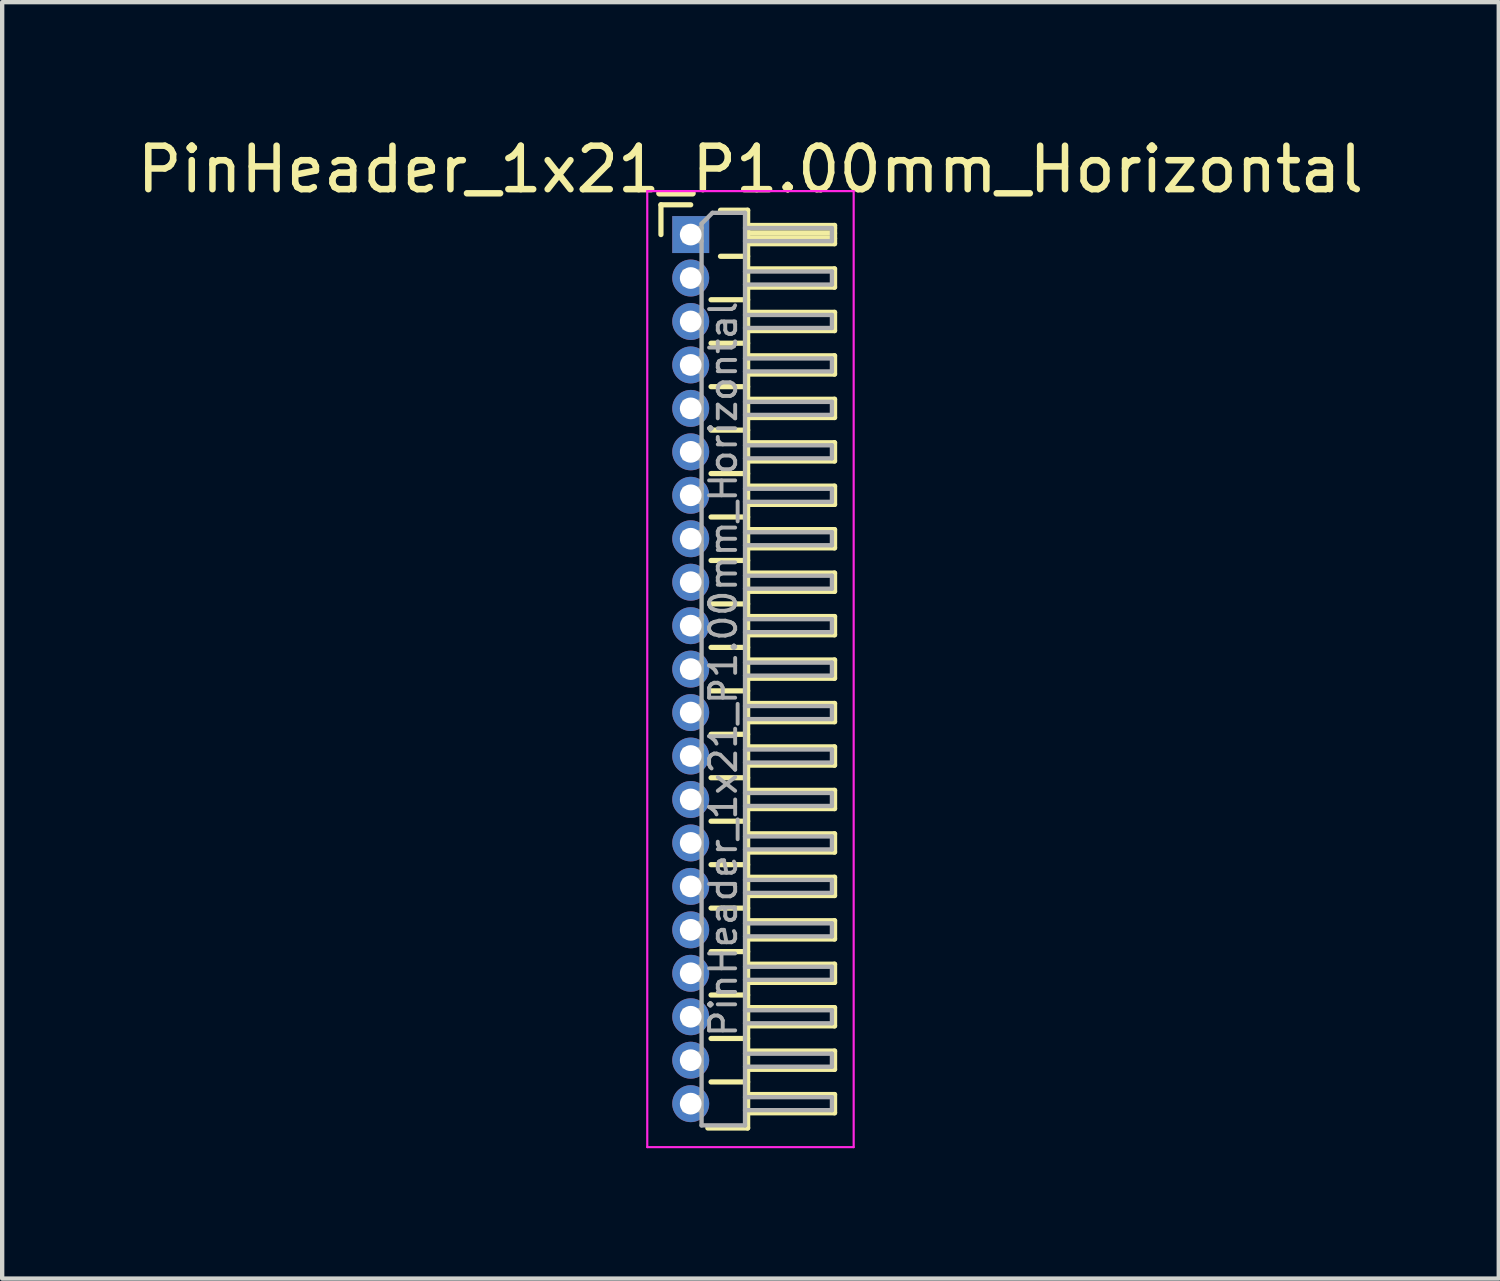
<source format=kicad_pcb>
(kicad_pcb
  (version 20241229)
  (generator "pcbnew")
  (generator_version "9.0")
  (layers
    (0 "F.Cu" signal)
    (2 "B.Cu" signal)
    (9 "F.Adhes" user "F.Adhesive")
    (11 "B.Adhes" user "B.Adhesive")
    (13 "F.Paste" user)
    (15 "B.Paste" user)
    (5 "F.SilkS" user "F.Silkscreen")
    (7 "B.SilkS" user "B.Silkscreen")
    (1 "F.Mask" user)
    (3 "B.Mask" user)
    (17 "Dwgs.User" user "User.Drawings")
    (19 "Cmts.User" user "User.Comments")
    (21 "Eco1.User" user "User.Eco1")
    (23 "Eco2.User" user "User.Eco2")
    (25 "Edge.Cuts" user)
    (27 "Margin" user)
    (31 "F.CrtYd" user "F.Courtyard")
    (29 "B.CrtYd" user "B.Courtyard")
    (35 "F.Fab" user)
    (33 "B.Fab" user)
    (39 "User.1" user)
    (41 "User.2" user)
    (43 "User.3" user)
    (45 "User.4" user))
  (footprint "PinHeader_1x21_P1.00mm_Horizontal"
    (layer "F.Cu")
    (at 12.845 2.348)
    (property "Reference" "PinHeader_1x21_P1.00mm_Horizontal" (at 1.375 -1.5 0) (layer "F.SilkS") (effects (font (size 1 1) (thickness 0.15))))
    (attr through_hole)
    (fp_line (start -0.685 -0.685) (end 0 -0.685) (stroke (width 0.12) (type solid)) (layer "F.SilkS"))
    (fp_line (start -0.685 0) (end -0.685 -0.685) (stroke (width 0.12) (type solid)) (layer "F.SilkS"))
    (fp_line (start 0.468 1.5) (end 1.31 1.5) (stroke (width 0.12) (type solid)) (layer "F.SilkS"))
    (fp_line (start 0.468 2.5) (end 1.31 2.5) (stroke (width 0.12) (type solid)) (layer "F.SilkS"))
    (fp_line (start 0.468 3.5) (end 1.31 3.5) (stroke (width 0.12) (type solid)) (layer "F.SilkS"))
    (fp_line (start 0.468 4.5) (end 1.31 4.5) (stroke (width 0.12) (type solid)) (layer "F.SilkS"))
    (fp_line (start 0.468 5.5) (end 1.31 5.5) (stroke (width 0.12) (type solid)) (layer "F.SilkS"))
    (fp_line (start 0.468 6.5) (end 1.31 6.5) (stroke (width 0.12) (type solid)) (layer "F.SilkS"))
    (fp_line (start 0.468 7.5) (end 1.31 7.5) (stroke (width 0.12) (type solid)) (layer "F.SilkS"))
    (fp_line (start 0.468 8.5) (end 1.31 8.5) (stroke (width 0.12) (type solid)) (layer "F.SilkS"))
    (fp_line (start 0.468 9.5) (end 1.31 9.5) (stroke (width 0.12) (type solid)) (layer "F.SilkS"))
    (fp_line (start 0.468 10.5) (end 1.31 10.5) (stroke (width 0.12) (type solid)) (layer "F.SilkS"))
    (fp_line (start 0.468 11.5) (end 1.31 11.5) (stroke (width 0.12) (type solid)) (layer "F.SilkS"))
    (fp_line (start 0.468 12.5) (end 1.31 12.5) (stroke (width 0.12) (type solid)) (layer "F.SilkS"))
    (fp_line (start 0.468 13.5) (end 1.31 13.5) (stroke (width 0.12) (type solid)) (layer "F.SilkS"))
    (fp_line (start 0.468 14.5) (end 1.31 14.5) (stroke (width 0.12) (type solid)) (layer "F.SilkS"))
    (fp_line (start 0.468 15.5) (end 1.31 15.5) (stroke (width 0.12) (type solid)) (layer "F.SilkS"))
    (fp_line (start 0.468 16.5) (end 1.31 16.5) (stroke (width 0.12) (type solid)) (layer "F.SilkS"))
    (fp_line (start 0.468 17.5) (end 1.31 17.5) (stroke (width 0.12) (type solid)) (layer "F.SilkS"))
    (fp_line (start 0.468 18.5) (end 1.31 18.5) (stroke (width 0.12) (type solid)) (layer "F.SilkS"))
    (fp_line (start 0.468 19.5) (end 1.31 19.5) (stroke (width 0.12) (type solid)) (layer "F.SilkS"))
    (fp_line (start 0.685 -0.56) (end 1.31 -0.56) (stroke (width 0.12) (type solid)) (layer "F.SilkS"))
    (fp_line (start 0.685 0.5) (end 1.31 0.5) (stroke (width 0.12) (type solid)) (layer "F.SilkS"))
    (fp_line (start 1.31 -0.56) (end 1.31 20.56) (stroke (width 0.12) (type solid)) (layer "F.SilkS"))
    (fp_line (start 1.31 -0.21) (end 3.31 -0.21) (stroke (width 0.12) (type solid)) (layer "F.SilkS"))
    (fp_line (start 1.31 -0.15) (end 3.31 -0.15) (stroke (width 0.12) (type solid)) (layer "F.SilkS"))
    (fp_line (start 1.31 -0.03) (end 3.31 -0.03) (stroke (width 0.12) (type solid)) (layer "F.SilkS"))
    (fp_line (start 1.31 0.09) (end 3.31 0.09) (stroke (width 0.12) (type solid)) (layer "F.SilkS"))
    (fp_line (start 1.31 0.79) (end 3.31 0.79) (stroke (width 0.12) (type solid)) (layer "F.SilkS"))
    (fp_line (start 1.31 1.79) (end 3.31 1.79) (stroke (width 0.12) (type solid)) (layer "F.SilkS"))
    (fp_line (start 1.31 2.79) (end 3.31 2.79) (stroke (width 0.12) (type solid)) (layer "F.SilkS"))
    (fp_line (start 1.31 3.79) (end 3.31 3.79) (stroke (width 0.12) (type solid)) (layer "F.SilkS"))
    (fp_line (start 1.31 4.79) (end 3.31 4.79) (stroke (width 0.12) (type solid)) (layer "F.SilkS"))
    (fp_line (start 1.31 5.79) (end 3.31 5.79) (stroke (width 0.12) (type solid)) (layer "F.SilkS"))
    (fp_line (start 1.31 6.79) (end 3.31 6.79) (stroke (width 0.12) (type solid)) (layer "F.SilkS"))
    (fp_line (start 1.31 7.79) (end 3.31 7.79) (stroke (width 0.12) (type solid)) (layer "F.SilkS"))
    (fp_line (start 1.31 8.79) (end 3.31 8.79) (stroke (width 0.12) (type solid)) (layer "F.SilkS"))
    (fp_line (start 1.31 9.79) (end 3.31 9.79) (stroke (width 0.12) (type solid)) (layer "F.SilkS"))
    (fp_line (start 1.31 10.79) (end 3.31 10.79) (stroke (width 0.12) (type solid)) (layer "F.SilkS"))
    (fp_line (start 1.31 11.79) (end 3.31 11.79) (stroke (width 0.12) (type solid)) (layer "F.SilkS"))
    (fp_line (start 1.31 12.79) (end 3.31 12.79) (stroke (width 0.12) (type solid)) (layer "F.SilkS"))
    (fp_line (start 1.31 13.79) (end 3.31 13.79) (stroke (width 0.12) (type solid)) (layer "F.SilkS"))
    (fp_line (start 1.31 14.79) (end 3.31 14.79) (stroke (width 0.12) (type solid)) (layer "F.SilkS"))
    (fp_line (start 1.31 15.79) (end 3.31 15.79) (stroke (width 0.12) (type solid)) (layer "F.SilkS"))
    (fp_line (start 1.31 16.79) (end 3.31 16.79) (stroke (width 0.12) (type solid)) (layer "F.SilkS"))
    (fp_line (start 1.31 17.79) (end 3.31 17.79) (stroke (width 0.12) (type solid)) (layer "F.SilkS"))
    (fp_line (start 1.31 18.79) (end 3.31 18.79) (stroke (width 0.12) (type solid)) (layer "F.SilkS"))
    (fp_line (start 1.31 19.79) (end 3.31 19.79) (stroke (width 0.12) (type solid)) (layer "F.SilkS"))
    (fp_line (start 1.31 20.56) (end 0.394 20.56) (stroke (width 0.12) (type solid)) (layer "F.SilkS"))
    (fp_line (start 3.31 -0.21) (end 3.31 0.21) (stroke (width 0.12) (type solid)) (layer "F.SilkS"))
    (fp_line (start 3.31 0.21) (end 1.31 0.21) (stroke (width 0.12) (type solid)) (layer "F.SilkS"))
    (fp_line (start 3.31 0.79) (end 3.31 1.21) (stroke (width 0.12) (type solid)) (layer "F.SilkS"))
    (fp_line (start 3.31 1.21) (end 1.31 1.21) (stroke (width 0.12) (type solid)) (layer "F.SilkS"))
    (fp_line (start 3.31 1.79) (end 3.31 2.21) (stroke (width 0.12) (type solid)) (layer "F.SilkS"))
    (fp_line (start 3.31 2.21) (end 1.31 2.21) (stroke (width 0.12) (type solid)) (layer "F.SilkS"))
    (fp_line (start 3.31 2.79) (end 3.31 3.21) (stroke (width 0.12) (type solid)) (layer "F.SilkS"))
    (fp_line (start 3.31 3.21) (end 1.31 3.21) (stroke (width 0.12) (type solid)) (layer "F.SilkS"))
    (fp_line (start 3.31 3.79) (end 3.31 4.21) (stroke (width 0.12) (type solid)) (layer "F.SilkS"))
    (fp_line (start 3.31 4.21) (end 1.31 4.21) (stroke (width 0.12) (type solid)) (layer "F.SilkS"))
    (fp_line (start 3.31 4.79) (end 3.31 5.21) (stroke (width 0.12) (type solid)) (layer "F.SilkS"))
    (fp_line (start 3.31 5.21) (end 1.31 5.21) (stroke (width 0.12) (type solid)) (layer "F.SilkS"))
    (fp_line (start 3.31 5.79) (end 3.31 6.21) (stroke (width 0.12) (type solid)) (layer "F.SilkS"))
    (fp_line (start 3.31 6.21) (end 1.31 6.21) (stroke (width 0.12) (type solid)) (layer "F.SilkS"))
    (fp_line (start 3.31 6.79) (end 3.31 7.21) (stroke (width 0.12) (type solid)) (layer "F.SilkS"))
    (fp_line (start 3.31 7.21) (end 1.31 7.21) (stroke (width 0.12) (type solid)) (layer "F.SilkS"))
    (fp_line (start 3.31 7.79) (end 3.31 8.21) (stroke (width 0.12) (type solid)) (layer "F.SilkS"))
    (fp_line (start 3.31 8.21) (end 1.31 8.21) (stroke (width 0.12) (type solid)) (layer "F.SilkS"))
    (fp_line (start 3.31 8.79) (end 3.31 9.21) (stroke (width 0.12) (type solid)) (layer "F.SilkS"))
    (fp_line (start 3.31 9.21) (end 1.31 9.21) (stroke (width 0.12) (type solid)) (layer "F.SilkS"))
    (fp_line (start 3.31 9.79) (end 3.31 10.21) (stroke (width 0.12) (type solid)) (layer "F.SilkS"))
    (fp_line (start 3.31 10.21) (end 1.31 10.21) (stroke (width 0.12) (type solid)) (layer "F.SilkS"))
    (fp_line (start 3.31 10.79) (end 3.31 11.21) (stroke (width 0.12) (type solid)) (layer "F.SilkS"))
    (fp_line (start 3.31 11.21) (end 1.31 11.21) (stroke (width 0.12) (type solid)) (layer "F.SilkS"))
    (fp_line (start 3.31 11.79) (end 3.31 12.21) (stroke (width 0.12) (type solid)) (layer "F.SilkS"))
    (fp_line (start 3.31 12.21) (end 1.31 12.21) (stroke (width 0.12) (type solid)) (layer "F.SilkS"))
    (fp_line (start 3.31 12.79) (end 3.31 13.21) (stroke (width 0.12) (type solid)) (layer "F.SilkS"))
    (fp_line (start 3.31 13.21) (end 1.31 13.21) (stroke (width 0.12) (type solid)) (layer "F.SilkS"))
    (fp_line (start 3.31 13.79) (end 3.31 14.21) (stroke (width 0.12) (type solid)) (layer "F.SilkS"))
    (fp_line (start 3.31 14.21) (end 1.31 14.21) (stroke (width 0.12) (type solid)) (layer "F.SilkS"))
    (fp_line (start 3.31 14.79) (end 3.31 15.21) (stroke (width 0.12) (type solid)) (layer "F.SilkS"))
    (fp_line (start 3.31 15.21) (end 1.31 15.21) (stroke (width 0.12) (type solid)) (layer "F.SilkS"))
    (fp_line (start 3.31 15.79) (end 3.31 16.21) (stroke (width 0.12) (type solid)) (layer "F.SilkS"))
    (fp_line (start 3.31 16.21) (end 1.31 16.21) (stroke (width 0.12) (type solid)) (layer "F.SilkS"))
    (fp_line (start 3.31 16.79) (end 3.31 17.21) (stroke (width 0.12) (type solid)) (layer "F.SilkS"))
    (fp_line (start 3.31 17.21) (end 1.31 17.21) (stroke (width 0.12) (type solid)) (layer "F.SilkS"))
    (fp_line (start 3.31 17.79) (end 3.31 18.21) (stroke (width 0.12) (type solid)) (layer "F.SilkS"))
    (fp_line (start 3.31 18.21) (end 1.31 18.21) (stroke (width 0.12) (type solid)) (layer "F.SilkS"))
    (fp_line (start 3.31 18.79) (end 3.31 19.21) (stroke (width 0.12) (type solid)) (layer "F.SilkS"))
    (fp_line (start 3.31 19.21) (end 1.31 19.21) (stroke (width 0.12) (type solid)) (layer "F.SilkS"))
    (fp_line (start 3.31 19.79) (end 3.31 20.21) (stroke (width 0.12) (type solid)) (layer "F.SilkS"))
    (fp_line (start 3.31 20.21) (end 1.31 20.21) (stroke (width 0.12) (type solid)) (layer "F.SilkS"))
    (fp_line (start -1 -1) (end -1 21) (stroke (width 0.05) (type solid)) (layer "F.CrtYd"))
    (fp_line (start -1 21) (end 3.75 21) (stroke (width 0.05) (type solid)) (layer "F.CrtYd"))
    (fp_line (start 3.75 -1) (end -1 -1) (stroke (width 0.05) (type solid)) (layer "F.CrtYd"))
    (fp_line (start 3.75 21) (end 3.75 -1) (stroke (width 0.05) (type solid)) (layer "F.CrtYd"))
    (fp_line (start -0.15 -0.15) (end -0.15 0.15) (stroke (width 0.1) (type solid)) (layer "F.Fab"))
    (fp_line (start -0.15 -0.15) (end 0.25 -0.15) (stroke (width 0.1) (type solid)) (layer "F.Fab"))
    (fp_line (start -0.15 0.15) (end 0.25 0.15) (stroke (width 0.1) (type solid)) (layer "F.Fab"))
    (fp_line (start -0.15 0.85) (end -0.15 1.15) (stroke (width 0.1) (type solid)) (layer "F.Fab"))
    (fp_line (start -0.15 0.85) (end 0.25 0.85) (stroke (width 0.1) (type solid)) (layer "F.Fab"))
    (fp_line (start -0.15 1.15) (end 0.25 1.15) (stroke (width 0.1) (type solid)) (layer "F.Fab"))
    (fp_line (start -0.15 1.85) (end -0.15 2.15) (stroke (width 0.1) (type solid)) (layer "F.Fab"))
    (fp_line (start -0.15 1.85) (end 0.25 1.85) (stroke (width 0.1) (type solid)) (layer "F.Fab"))
    (fp_line (start -0.15 2.15) (end 0.25 2.15) (stroke (width 0.1) (type solid)) (layer "F.Fab"))
    (fp_line (start -0.15 2.85) (end -0.15 3.15) (stroke (width 0.1) (type solid)) (layer "F.Fab"))
    (fp_line (start -0.15 2.85) (end 0.25 2.85) (stroke (width 0.1) (type solid)) (layer "F.Fab"))
    (fp_line (start -0.15 3.15) (end 0.25 3.15) (stroke (width 0.1) (type solid)) (layer "F.Fab"))
    (fp_line (start -0.15 3.85) (end -0.15 4.15) (stroke (width 0.1) (type solid)) (layer "F.Fab"))
    (fp_line (start -0.15 3.85) (end 0.25 3.85) (stroke (width 0.1) (type solid)) (layer "F.Fab"))
    (fp_line (start -0.15 4.15) (end 0.25 4.15) (stroke (width 0.1) (type solid)) (layer "F.Fab"))
    (fp_line (start -0.15 4.85) (end -0.15 5.15) (stroke (width 0.1) (type solid)) (layer "F.Fab"))
    (fp_line (start -0.15 4.85) (end 0.25 4.85) (stroke (width 0.1) (type solid)) (layer "F.Fab"))
    (fp_line (start -0.15 5.15) (end 0.25 5.15) (stroke (width 0.1) (type solid)) (layer "F.Fab"))
    (fp_line (start -0.15 5.85) (end -0.15 6.15) (stroke (width 0.1) (type solid)) (layer "F.Fab"))
    (fp_line (start -0.15 5.85) (end 0.25 5.85) (stroke (width 0.1) (type solid)) (layer "F.Fab"))
    (fp_line (start -0.15 6.15) (end 0.25 6.15) (stroke (width 0.1) (type solid)) (layer "F.Fab"))
    (fp_line (start -0.15 6.85) (end -0.15 7.15) (stroke (width 0.1) (type solid)) (layer "F.Fab"))
    (fp_line (start -0.15 6.85) (end 0.25 6.85) (stroke (width 0.1) (type solid)) (layer "F.Fab"))
    (fp_line (start -0.15 7.15) (end 0.25 7.15) (stroke (width 0.1) (type solid)) (layer "F.Fab"))
    (fp_line (start -0.15 7.85) (end -0.15 8.15) (stroke (width 0.1) (type solid)) (layer "F.Fab"))
    (fp_line (start -0.15 7.85) (end 0.25 7.85) (stroke (width 0.1) (type solid)) (layer "F.Fab"))
    (fp_line (start -0.15 8.15) (end 0.25 8.15) (stroke (width 0.1) (type solid)) (layer "F.Fab"))
    (fp_line (start -0.15 8.85) (end -0.15 9.15) (stroke (width 0.1) (type solid)) (layer "F.Fab"))
    (fp_line (start -0.15 8.85) (end 0.25 8.85) (stroke (width 0.1) (type solid)) (layer "F.Fab"))
    (fp_line (start -0.15 9.15) (end 0.25 9.15) (stroke (width 0.1) (type solid)) (layer "F.Fab"))
    (fp_line (start -0.15 9.85) (end -0.15 10.15) (stroke (width 0.1) (type solid)) (layer "F.Fab"))
    (fp_line (start -0.15 9.85) (end 0.25 9.85) (stroke (width 0.1) (type solid)) (layer "F.Fab"))
    (fp_line (start -0.15 10.15) (end 0.25 10.15) (stroke (width 0.1) (type solid)) (layer "F.Fab"))
    (fp_line (start -0.15 10.85) (end -0.15 11.15) (stroke (width 0.1) (type solid)) (layer "F.Fab"))
    (fp_line (start -0.15 10.85) (end 0.25 10.85) (stroke (width 0.1) (type solid)) (layer "F.Fab"))
    (fp_line (start -0.15 11.15) (end 0.25 11.15) (stroke (width 0.1) (type solid)) (layer "F.Fab"))
    (fp_line (start -0.15 11.85) (end -0.15 12.15) (stroke (width 0.1) (type solid)) (layer "F.Fab"))
    (fp_line (start -0.15 11.85) (end 0.25 11.85) (stroke (width 0.1) (type solid)) (layer "F.Fab"))
    (fp_line (start -0.15 12.15) (end 0.25 12.15) (stroke (width 0.1) (type solid)) (layer "F.Fab"))
    (fp_line (start -0.15 12.85) (end -0.15 13.15) (stroke (width 0.1) (type solid)) (layer "F.Fab"))
    (fp_line (start -0.15 12.85) (end 0.25 12.85) (stroke (width 0.1) (type solid)) (layer "F.Fab"))
    (fp_line (start -0.15 13.15) (end 0.25 13.15) (stroke (width 0.1) (type solid)) (layer "F.Fab"))
    (fp_line (start -0.15 13.85) (end -0.15 14.15) (stroke (width 0.1) (type solid)) (layer "F.Fab"))
    (fp_line (start -0.15 13.85) (end 0.25 13.85) (stroke (width 0.1) (type solid)) (layer "F.Fab"))
    (fp_line (start -0.15 14.15) (end 0.25 14.15) (stroke (width 0.1) (type solid)) (layer "F.Fab"))
    (fp_line (start -0.15 14.85) (end -0.15 15.15) (stroke (width 0.1) (type solid)) (layer "F.Fab"))
    (fp_line (start -0.15 14.85) (end 0.25 14.85) (stroke (width 0.1) (type solid)) (layer "F.Fab"))
    (fp_line (start -0.15 15.15) (end 0.25 15.15) (stroke (width 0.1) (type solid)) (layer "F.Fab"))
    (fp_line (start -0.15 15.85) (end -0.15 16.15) (stroke (width 0.1) (type solid)) (layer "F.Fab"))
    (fp_line (start -0.15 15.85) (end 0.25 15.85) (stroke (width 0.1) (type solid)) (layer "F.Fab"))
    (fp_line (start -0.15 16.15) (end 0.25 16.15) (stroke (width 0.1) (type solid)) (layer "F.Fab"))
    (fp_line (start -0.15 16.85) (end -0.15 17.15) (stroke (width 0.1) (type solid)) (layer "F.Fab"))
    (fp_line (start -0.15 16.85) (end 0.25 16.85) (stroke (width 0.1) (type solid)) (layer "F.Fab"))
    (fp_line (start -0.15 17.15) (end 0.25 17.15) (stroke (width 0.1) (type solid)) (layer "F.Fab"))
    (fp_line (start -0.15 17.85) (end -0.15 18.15) (stroke (width 0.1) (type solid)) (layer "F.Fab"))
    (fp_line (start -0.15 17.85) (end 0.25 17.85) (stroke (width 0.1) (type solid)) (layer "F.Fab"))
    (fp_line (start -0.15 18.15) (end 0.25 18.15) (stroke (width 0.1) (type solid)) (layer "F.Fab"))
    (fp_line (start -0.15 18.85) (end -0.15 19.15) (stroke (width 0.1) (type solid)) (layer "F.Fab"))
    (fp_line (start -0.15 18.85) (end 0.25 18.85) (stroke (width 0.1) (type solid)) (layer "F.Fab"))
    (fp_line (start -0.15 19.15) (end 0.25 19.15) (stroke (width 0.1) (type solid)) (layer "F.Fab"))
    (fp_line (start -0.15 19.85) (end -0.15 20.15) (stroke (width 0.1) (type solid)) (layer "F.Fab"))
    (fp_line (start -0.15 19.85) (end 0.25 19.85) (stroke (width 0.1) (type solid)) (layer "F.Fab"))
    (fp_line (start -0.15 20.15) (end 0.25 20.15) (stroke (width 0.1) (type solid)) (layer "F.Fab"))
    (fp_line (start 0.25 -0.25) (end 0.5 -0.5) (stroke (width 0.1) (type solid)) (layer "F.Fab"))
    (fp_line (start 0.25 20.5) (end 0.25 -0.25) (stroke (width 0.1) (type solid)) (layer "F.Fab"))
    (fp_line (start 0.5 -0.5) (end 1.25 -0.5) (stroke (width 0.1) (type solid)) (layer "F.Fab"))
    (fp_line (start 1.25 -0.5) (end 1.25 20.5) (stroke (width 0.1) (type solid)) (layer "F.Fab"))
    (fp_line (start 1.25 -0.15) (end 3.25 -0.15) (stroke (width 0.1) (type solid)) (layer "F.Fab"))
    (fp_line (start 1.25 0.15) (end 3.25 0.15) (stroke (width 0.1) (type solid)) (layer "F.Fab"))
    (fp_line (start 1.25 0.85) (end 3.25 0.85) (stroke (width 0.1) (type solid)) (layer "F.Fab"))
    (fp_line (start 1.25 1.15) (end 3.25 1.15) (stroke (width 0.1) (type solid)) (layer "F.Fab"))
    (fp_line (start 1.25 1.85) (end 3.25 1.85) (stroke (width 0.1) (type solid)) (layer "F.Fab"))
    (fp_line (start 1.25 2.15) (end 3.25 2.15) (stroke (width 0.1) (type solid)) (layer "F.Fab"))
    (fp_line (start 1.25 2.85) (end 3.25 2.85) (stroke (width 0.1) (type solid)) (layer "F.Fab"))
    (fp_line (start 1.25 3.15) (end 3.25 3.15) (stroke (width 0.1) (type solid)) (layer "F.Fab"))
    (fp_line (start 1.25 3.85) (end 3.25 3.85) (stroke (width 0.1) (type solid)) (layer "F.Fab"))
    (fp_line (start 1.25 4.15) (end 3.25 4.15) (stroke (width 0.1) (type solid)) (layer "F.Fab"))
    (fp_line (start 1.25 4.85) (end 3.25 4.85) (stroke (width 0.1) (type solid)) (layer "F.Fab"))
    (fp_line (start 1.25 5.15) (end 3.25 5.15) (stroke (width 0.1) (type solid)) (layer "F.Fab"))
    (fp_line (start 1.25 5.85) (end 3.25 5.85) (stroke (width 0.1) (type solid)) (layer "F.Fab"))
    (fp_line (start 1.25 6.15) (end 3.25 6.15) (stroke (width 0.1) (type solid)) (layer "F.Fab"))
    (fp_line (start 1.25 6.85) (end 3.25 6.85) (stroke (width 0.1) (type solid)) (layer "F.Fab"))
    (fp_line (start 1.25 7.15) (end 3.25 7.15) (stroke (width 0.1) (type solid)) (layer "F.Fab"))
    (fp_line (start 1.25 7.85) (end 3.25 7.85) (stroke (width 0.1) (type solid)) (layer "F.Fab"))
    (fp_line (start 1.25 8.15) (end 3.25 8.15) (stroke (width 0.1) (type solid)) (layer "F.Fab"))
    (fp_line (start 1.25 8.85) (end 3.25 8.85) (stroke (width 0.1) (type solid)) (layer "F.Fab"))
    (fp_line (start 1.25 9.15) (end 3.25 9.15) (stroke (width 0.1) (type solid)) (layer "F.Fab"))
    (fp_line (start 1.25 9.85) (end 3.25 9.85) (stroke (width 0.1) (type solid)) (layer "F.Fab"))
    (fp_line (start 1.25 10.15) (end 3.25 10.15) (stroke (width 0.1) (type solid)) (layer "F.Fab"))
    (fp_line (start 1.25 10.85) (end 3.25 10.85) (stroke (width 0.1) (type solid)) (layer "F.Fab"))
    (fp_line (start 1.25 11.15) (end 3.25 11.15) (stroke (width 0.1) (type solid)) (layer "F.Fab"))
    (fp_line (start 1.25 11.85) (end 3.25 11.85) (stroke (width 0.1) (type solid)) (layer "F.Fab"))
    (fp_line (start 1.25 12.15) (end 3.25 12.15) (stroke (width 0.1) (type solid)) (layer "F.Fab"))
    (fp_line (start 1.25 12.85) (end 3.25 12.85) (stroke (width 0.1) (type solid)) (layer "F.Fab"))
    (fp_line (start 1.25 13.15) (end 3.25 13.15) (stroke (width 0.1) (type solid)) (layer "F.Fab"))
    (fp_line (start 1.25 13.85) (end 3.25 13.85) (stroke (width 0.1) (type solid)) (layer "F.Fab"))
    (fp_line (start 1.25 14.15) (end 3.25 14.15) (stroke (width 0.1) (type solid)) (layer "F.Fab"))
    (fp_line (start 1.25 14.85) (end 3.25 14.85) (stroke (width 0.1) (type solid)) (layer "F.Fab"))
    (fp_line (start 1.25 15.15) (end 3.25 15.15) (stroke (width 0.1) (type solid)) (layer "F.Fab"))
    (fp_line (start 1.25 15.85) (end 3.25 15.85) (stroke (width 0.1) (type solid)) (layer "F.Fab"))
    (fp_line (start 1.25 16.15) (end 3.25 16.15) (stroke (width 0.1) (type solid)) (layer "F.Fab"))
    (fp_line (start 1.25 16.85) (end 3.25 16.85) (stroke (width 0.1) (type solid)) (layer "F.Fab"))
    (fp_line (start 1.25 17.15) (end 3.25 17.15) (stroke (width 0.1) (type solid)) (layer "F.Fab"))
    (fp_line (start 1.25 17.85) (end 3.25 17.85) (stroke (width 0.1) (type solid)) (layer "F.Fab"))
    (fp_line (start 1.25 18.15) (end 3.25 18.15) (stroke (width 0.1) (type solid)) (layer "F.Fab"))
    (fp_line (start 1.25 18.85) (end 3.25 18.85) (stroke (width 0.1) (type solid)) (layer "F.Fab"))
    (fp_line (start 1.25 19.15) (end 3.25 19.15) (stroke (width 0.1) (type solid)) (layer "F.Fab"))
    (fp_line (start 1.25 19.85) (end 3.25 19.85) (stroke (width 0.1) (type solid)) (layer "F.Fab"))
    (fp_line (start 1.25 20.15) (end 3.25 20.15) (stroke (width 0.1) (type solid)) (layer "F.Fab"))
    (fp_line (start 1.25 20.5) (end 0.25 20.5) (stroke (width 0.1) (type solid)) (layer "F.Fab"))
    (fp_line (start 3.25 -0.15) (end 3.25 0.15) (stroke (width 0.1) (type solid)) (layer "F.Fab"))
    (fp_line (start 3.25 0.85) (end 3.25 1.15) (stroke (width 0.1) (type solid)) (layer "F.Fab"))
    (fp_line (start 3.25 1.85) (end 3.25 2.15) (stroke (width 0.1) (type solid)) (layer "F.Fab"))
    (fp_line (start 3.25 2.85) (end 3.25 3.15) (stroke (width 0.1) (type solid)) (layer "F.Fab"))
    (fp_line (start 3.25 3.85) (end 3.25 4.15) (stroke (width 0.1) (type solid)) (layer "F.Fab"))
    (fp_line (start 3.25 4.85) (end 3.25 5.15) (stroke (width 0.1) (type solid)) (layer "F.Fab"))
    (fp_line (start 3.25 5.85) (end 3.25 6.15) (stroke (width 0.1) (type solid)) (layer "F.Fab"))
    (fp_line (start 3.25 6.85) (end 3.25 7.15) (stroke (width 0.1) (type solid)) (layer "F.Fab"))
    (fp_line (start 3.25 7.85) (end 3.25 8.15) (stroke (width 0.1) (type solid)) (layer "F.Fab"))
    (fp_line (start 3.25 8.85) (end 3.25 9.15) (stroke (width 0.1) (type solid)) (layer "F.Fab"))
    (fp_line (start 3.25 9.85) (end 3.25 10.15) (stroke (width 0.1) (type solid)) (layer "F.Fab"))
    (fp_line (start 3.25 10.85) (end 3.25 11.15) (stroke (width 0.1) (type solid)) (layer "F.Fab"))
    (fp_line (start 3.25 11.85) (end 3.25 12.15) (stroke (width 0.1) (type solid)) (layer "F.Fab"))
    (fp_line (start 3.25 12.85) (end 3.25 13.15) (stroke (width 0.1) (type solid)) (layer "F.Fab"))
    (fp_line (start 3.25 13.85) (end 3.25 14.15) (stroke (width 0.1) (type solid)) (layer "F.Fab"))
    (fp_line (start 3.25 14.85) (end 3.25 15.15) (stroke (width 0.1) (type solid)) (layer "F.Fab"))
    (fp_line (start 3.25 15.85) (end 3.25 16.15) (stroke (width 0.1) (type solid)) (layer "F.Fab"))
    (fp_line (start 3.25 16.85) (end 3.25 17.15) (stroke (width 0.1) (type solid)) (layer "F.Fab"))
    (fp_line (start 3.25 17.85) (end 3.25 18.15) (stroke (width 0.1) (type solid)) (layer "F.Fab"))
    (fp_line (start 3.25 18.85) (end 3.25 19.15) (stroke (width 0.1) (type solid)) (layer "F.Fab"))
    (fp_line (start 3.25 19.85) (end 3.25 20.15) (stroke (width 0.1) (type solid)) (layer "F.Fab"))
    (fp_text user "${REFERENCE}" (at 0.75 10 90) (layer "F.Fab") (effects (font (size 0.6 0.6) (thickness 0.09))))
    (pad "1" thru_hole rect (at 0 0) (size 0.85 0.85) (drill 0.5) (layers "*.Cu" "*.Mask"))
    (pad "2" thru_hole oval (at 0 1) (size 0.85 0.85) (drill 0.5) (layers "*.Cu" "*.Mask"))
    (pad "3" thru_hole oval (at 0 2) (size 0.85 0.85) (drill 0.5) (layers "*.Cu" "*.Mask"))
    (pad "4" thru_hole oval (at 0 3) (size 0.85 0.85) (drill 0.5) (layers "*.Cu" "*.Mask"))
    (pad "5" thru_hole oval (at 0 4) (size 0.85 0.85) (drill 0.5) (layers "*.Cu" "*.Mask"))
    (pad "6" thru_hole oval (at 0 5) (size 0.85 0.85) (drill 0.5) (layers "*.Cu" "*.Mask"))
    (pad "7" thru_hole oval (at 0 6) (size 0.85 0.85) (drill 0.5) (layers "*.Cu" "*.Mask"))
    (pad "8" thru_hole oval (at 0 7) (size 0.85 0.85) (drill 0.5) (layers "*.Cu" "*.Mask"))
    (pad "9" thru_hole oval (at 0 8) (size 0.85 0.85) (drill 0.5) (layers "*.Cu" "*.Mask"))
    (pad "10" thru_hole oval (at 0 9) (size 0.85 0.85) (drill 0.5) (layers "*.Cu" "*.Mask"))
    (pad "11" thru_hole oval (at 0 10) (size 0.85 0.85) (drill 0.5) (layers "*.Cu" "*.Mask"))
    (pad "12" thru_hole oval (at 0 11) (size 0.85 0.85) (drill 0.5) (layers "*.Cu" "*.Mask"))
    (pad "13" thru_hole oval (at 0 12) (size 0.85 0.85) (drill 0.5) (layers "*.Cu" "*.Mask"))
    (pad "14" thru_hole oval (at 0 13) (size 0.85 0.85) (drill 0.5) (layers "*.Cu" "*.Mask"))
    (pad "15" thru_hole oval (at 0 14) (size 0.85 0.85) (drill 0.5) (layers "*.Cu" "*.Mask"))
    (pad "16" thru_hole oval (at 0 15) (size 0.85 0.85) (drill 0.5) (layers "*.Cu" "*.Mask"))
    (pad "17" thru_hole oval (at 0 16) (size 0.85 0.85) (drill 0.5) (layers "*.Cu" "*.Mask"))
    (pad "18" thru_hole oval (at 0 17) (size 0.85 0.85) (drill 0.5) (layers "*.Cu" "*.Mask"))
    (pad "19" thru_hole oval (at 0 18) (size 0.85 0.85) (drill 0.5) (layers "*.Cu" "*.Mask"))
    (pad "20" thru_hole oval (at 0 19) (size 0.85 0.85) (drill 0.5) (layers "*.Cu" "*.Mask"))
    (pad "21" thru_hole oval (at 0 20) (size 0.85 0.85) (drill 0.5) (layers "*.Cu" "*.Mask")))
  (gr_rect
    (start -3 -3)
    (end 31.44 26.373)
    (stroke (width 0.1) (type default))
    (fill no)
    (layer "Edge.Cuts")))
</source>
